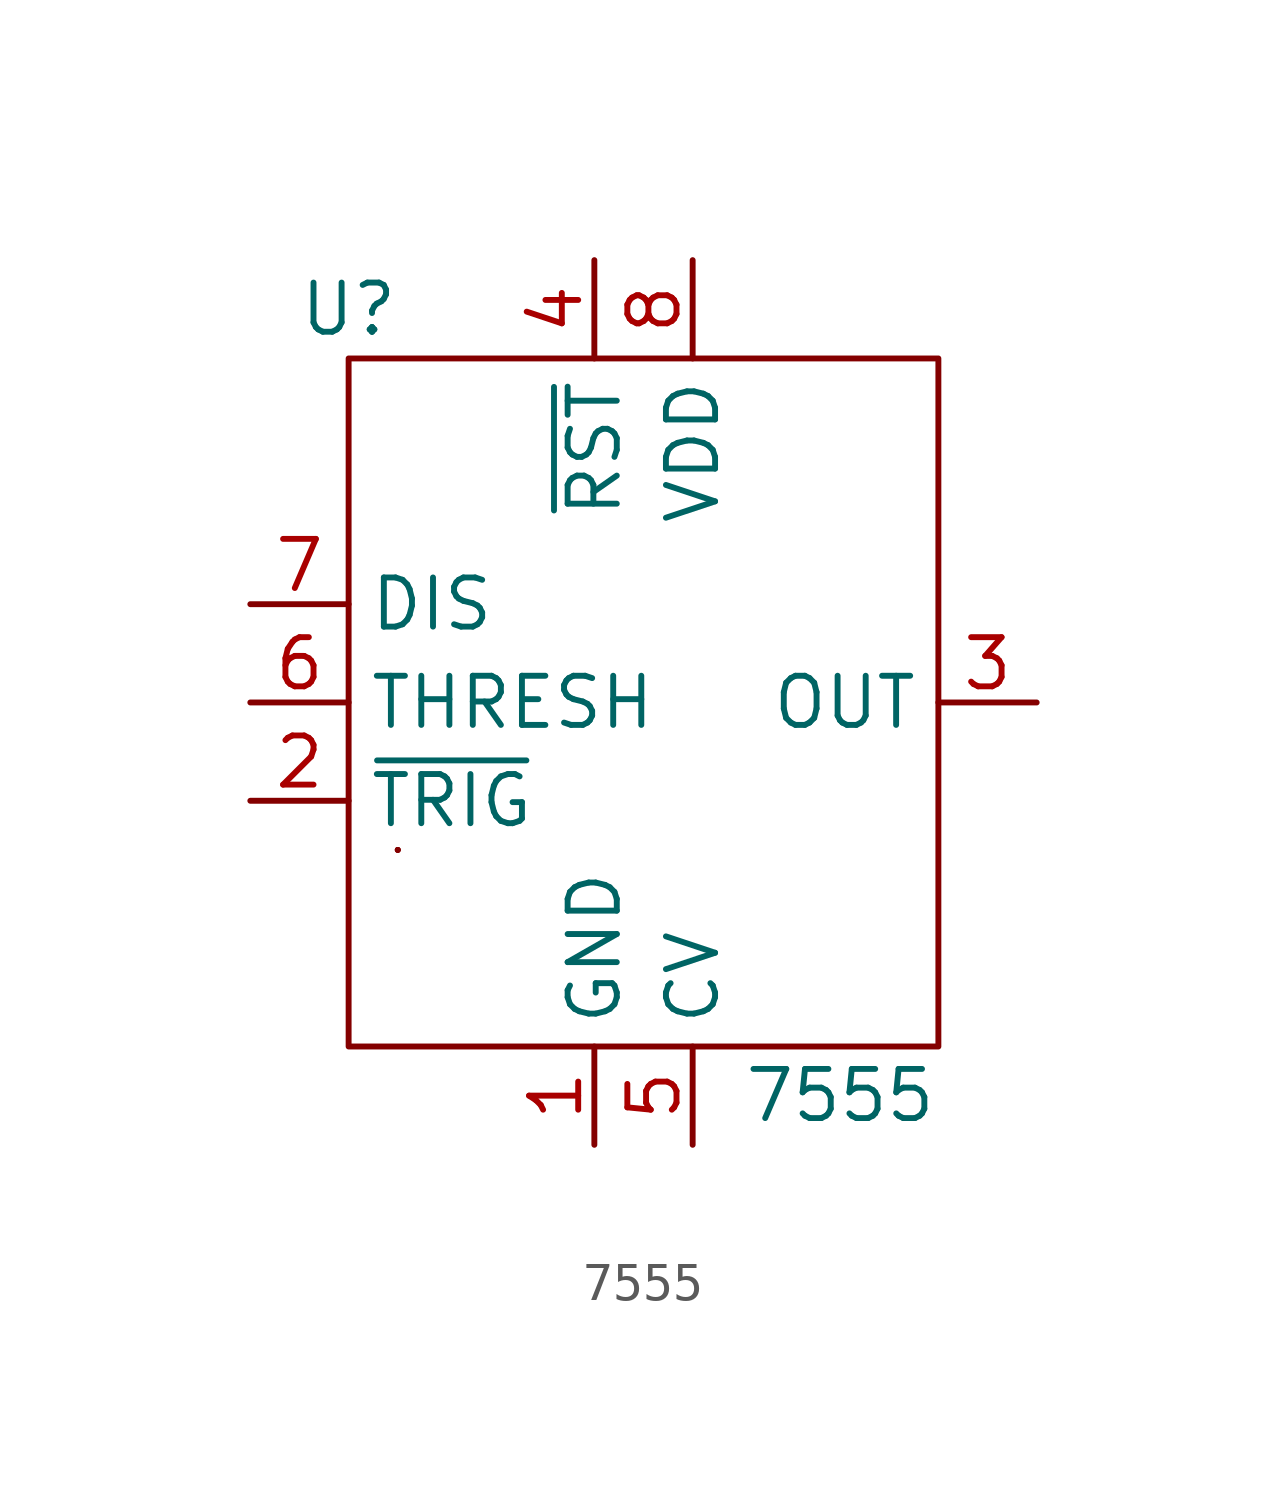
<source format=kicad_sym>
(kicad_symbol_lib
  (version 20211014)
  (generator kicad_symbol_editor)
  (symbol "7555"
    (property "Reference" "U"
      (at -7.62 10.16 0)
      (effects (font (size 1.27 1.27))))
    (property "Value" "7555"
      (at 5.08 -10.16 0)
      (effects (font (size 1.27 1.27))))
    (symbol "7555_0_1"
      (rectangle (start -7.62 8.89) (end 7.62 -8.89) (stroke (width 0) (type default) (color 0 0 0 0)) (fill (type none)))
      (rectangle (start -6.35 -3.81) (end -6.35 -3.81) (stroke (width 0) (type default) (color 0 0 0 0)) (fill (type none)))
      (rectangle (start -6.35 -3.81) (end -6.35 -3.81) (stroke (width 0) (type default) (color 0 0 0 0)) (fill (type none)))
      (rectangle (start -6.35 -3.81) (end -6.35 -3.81) (stroke (width 0) (type default) (color 0 0 0 0)) (fill (type none))))
    (symbol "7555_1_1"
      (pin input line (at -1.27 -11.43 90) (length 2.54) (name "GND" (effects (font (size 1.27 1.27)))) (number "1" (effects (font (size 1.27 1.27)))))
      (pin input line (at -10.16 -2.54 0) (length 2.54) (name "~{TRIG}" (effects (font (size 1.27 1.27)))) (number "2" (effects (font (size 1.27 1.27)))))
      (pin input line (at 10.16 0 180) (length 2.54) (name "OUT" (effects (font (size 1.27 1.27)))) (number "3" (effects (font (size 1.27 1.27)))))
      (pin input line (at -1.27 11.43 270) (length 2.54) (name "~{RST}" (effects (font (size 1.27 1.27)))) (number "4" (effects (font (size 1.27 1.27)))))
      (pin input line (at 1.27 -11.43 90) (length 2.54) (name "CV" (effects (font (size 1.27 1.27)))) (number "5" (effects (font (size 1.27 1.27)))))
      (pin input line (at -10.16 0 0) (length 2.54) (name "THRESH" (effects (font (size 1.27 1.27)))) (number "6" (effects (font (size 1.27 1.27)))))
      (pin input line (at -10.16 2.54 0) (length 2.54) (name "DIS" (effects (font (size 1.27 1.27)))) (number "7" (effects (font (size 1.27 1.27)))))
      (pin input line (at 1.27 11.43 270) (length 2.54) (name "VDD" (effects (font (size 1.27 1.27)))) (number "8" (effects (font (size 1.27 1.27))))))))
</source>
